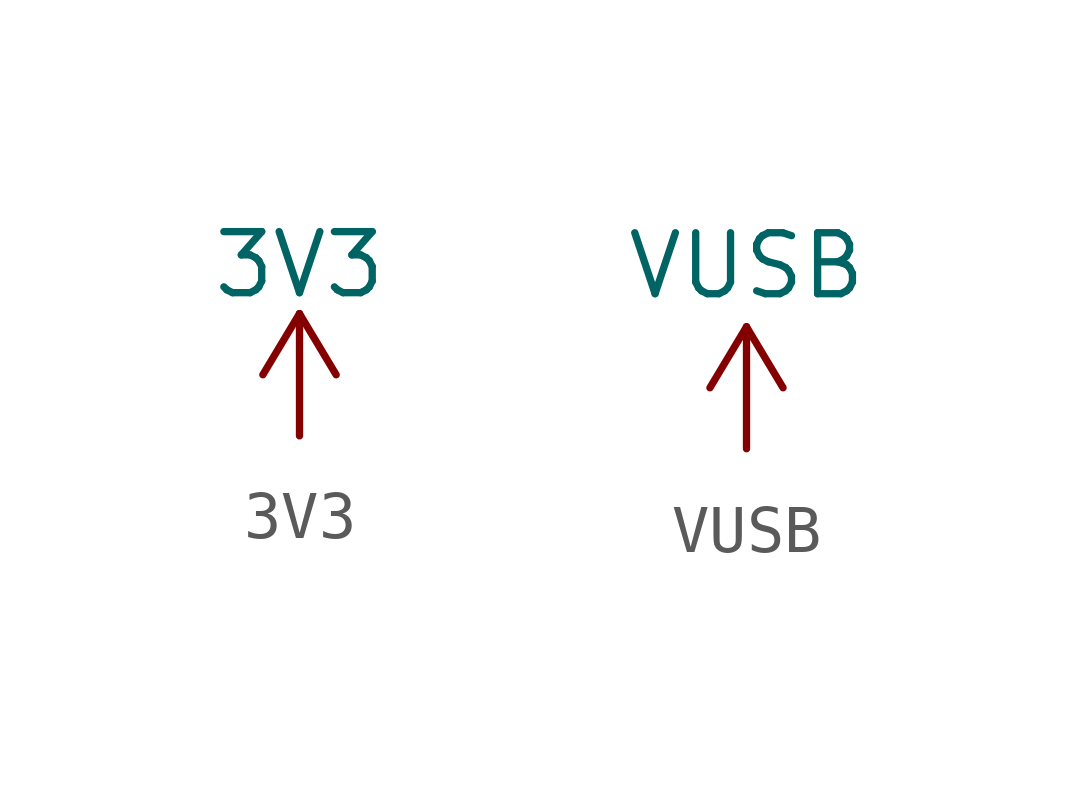
<source format=kicad_sym>
(kicad_symbol_lib
  (version 20220914)
  (generator kicad_symbol_editor)
  (symbol "3V3"
    (power)
    (pin_names
      (offset 0))
    (property "Reference" "#PWR"
      (at 0 -3.81 0)
      (effects (font (size 1.27 1.27)) hide))
    (property "Value" "3V3"
      (at 0 3.556 0)
      (effects (font (size 1.27 1.27))))
    (symbol "3V3_0_1"
      (polyline (pts (xy -0.762 1.27) (xy 0 2.54)) (stroke (width 0) (type default)) (fill (type none)))
      (polyline (pts (xy 0 0) (xy 0 2.54)) (stroke (width 0) (type default)) (fill (type none)))
      (polyline (pts (xy 0 2.54) (xy 0.762 1.27)) (stroke (width 0) (type default)) (fill (type none))))
    (symbol "3V3_1_1"
      (pin power_in line (at 0 0 90) (length 0) hide (name "3V3" (effects (font (size 1.27 1.27)))) (number "1" (effects (font (size 1.27 1.27)))))))
  (symbol "VUSB"
    (power)
    (pin_names
      (offset 0))
    (property "Reference" "#PWR"
      (at 0 -3.81 0)
      (effects (font (size 1.27 1.27)) hide))
    (property "Value" "VUSB"
      (at 0 3.81 0)
      (effects (font (size 1.27 1.27))))
    (symbol "VUSB_0_1"
      (polyline (pts (xy -0.762 1.27) (xy 0 2.54)) (stroke (width 0) (type default)) (fill (type none)))
      (polyline (pts (xy 0 0) (xy 0 2.54)) (stroke (width 0) (type default)) (fill (type none)))
      (polyline (pts (xy 0 2.54) (xy 0.762 1.27)) (stroke (width 0) (type default)) (fill (type none))))
    (symbol "VUSB_1_1"
      (pin power_in line (at 0 0 90) (length 0) hide (name "VUSB" (effects (font (size 1.27 1.27)))) (number "1" (effects (font (size 1.27 1.27))))))))
</source>
